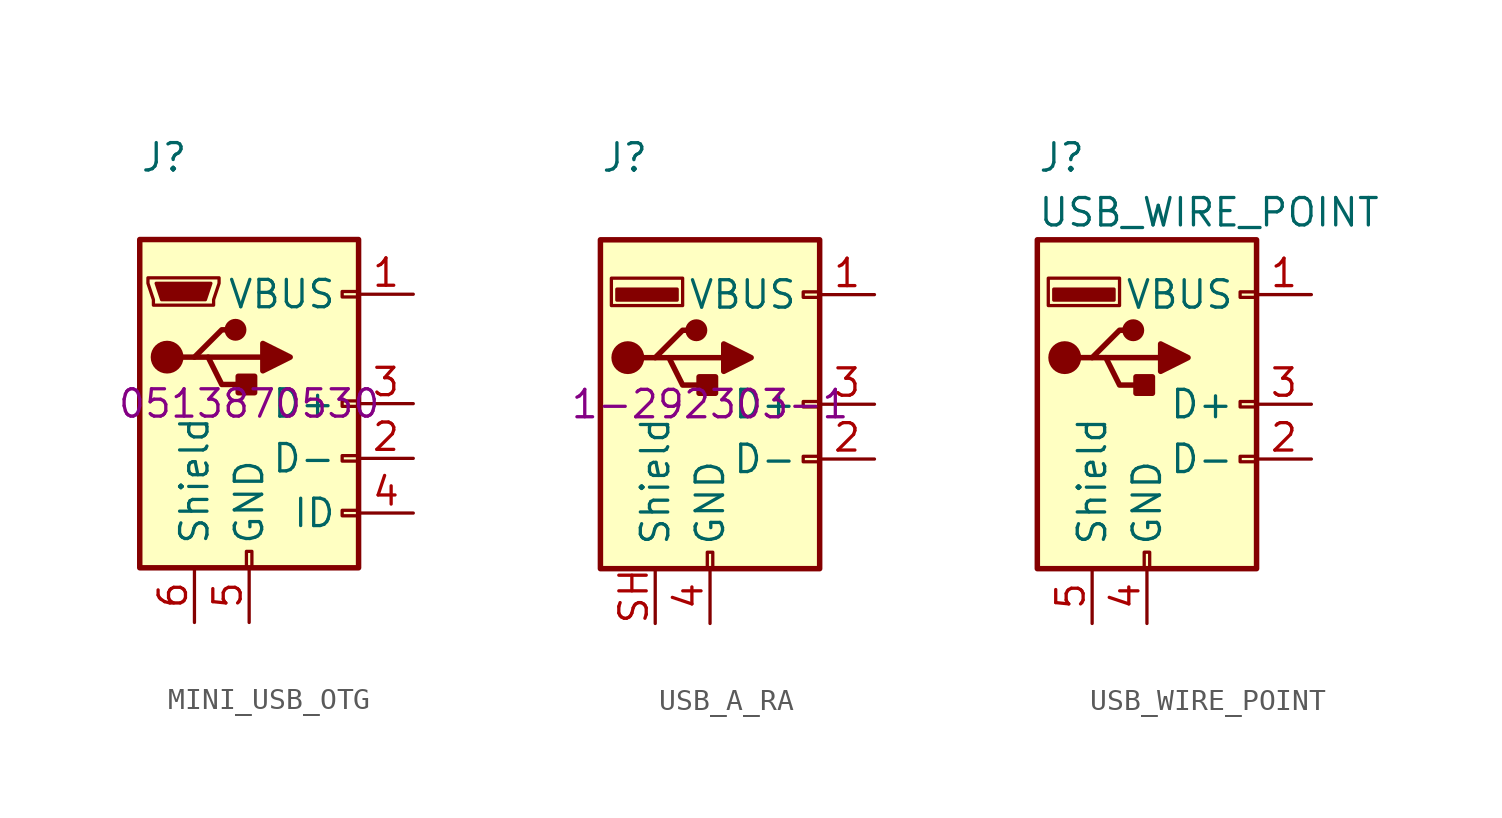
<source format=kicad_sym>
(kicad_symbol_lib
  (version 20220914)
  (generator kicad_symbol_editor)
  (symbol "MINI_USB_OTG"
    (pin_names
      (offset 1.016))
    (property "Reference" "J"
      (at -5.08 11.43 0)
      (effects (font (size 1.27 1.27)) (justify left)))
    (property "Manufacturer Part Number" "0513870530"
      (at 0 0 0)
      (effects (font (size 1.27 1.27))))
    (symbol "MINI_USB_OTG_0_1"
      (rectangle (start -5.08 -7.62) (end 5.08 7.62) (stroke (width 0.254) (type default)) (fill (type background)))
      (circle (center -3.81 2.159) (radius 0.635) (stroke (width 0.254) (type default)) (fill (type outline)))
      (circle (center -0.635 3.429) (radius 0.381) (stroke (width 0.254) (type default)) (fill (type outline)))
      (rectangle (start -0.127 -7.62) (end 0.127 -6.858) (stroke (width 0) (type default)) (fill (type none)))
      (polyline (pts (xy -1.905 2.159) (xy 0.635 2.159)) (stroke (width 0.254) (type default)) (fill (type none)))
      (polyline (pts (xy -3.175 2.159) (xy -2.54 2.159) (xy -1.27 3.429) (xy -0.635 3.429)) (stroke (width 0.254) (type default)) (fill (type none)))
      (polyline (pts (xy -2.54 2.159) (xy -1.905 2.159) (xy -1.27 0.889) (xy 0 0.889)) (stroke (width 0.254) (type default)) (fill (type none)))
      (polyline (pts (xy 0.635 2.794) (xy 0.635 1.524) (xy 1.905 2.159) (xy 0.635 2.794)) (stroke (width 0.254) (type default)) (fill (type outline)))
      (polyline (pts (xy -4.318 5.588) (xy -1.778 5.588) (xy -2.032 4.826) (xy -4.064 4.826) (xy -4.318 5.588)) (stroke (width 0) (type default)) (fill (type outline)))
      (polyline (pts (xy -4.699 5.842) (xy -4.699 5.588) (xy -4.445 4.826) (xy -4.445 4.572) (xy -1.651 4.572) (xy -1.651 4.826) (xy -1.397 5.588) (xy -1.397 5.842) (xy -4.699 5.842)) (stroke (width 0) (type default)) (fill (type none)))
      (rectangle (start 0.254 1.27) (end -0.508 0.508) (stroke (width 0.254) (type default)) (fill (type outline)))
      (rectangle (start 5.08 -5.207) (end 4.318 -4.953) (stroke (width 0) (type default)) (fill (type none)))
      (rectangle (start 5.08 -2.667) (end 4.318 -2.413) (stroke (width 0) (type default)) (fill (type none)))
      (rectangle (start 5.08 -0.127) (end 4.318 0.127) (stroke (width 0) (type default)) (fill (type none)))
      (rectangle (start 5.08 4.953) (end 4.318 5.207) (stroke (width 0) (type default)) (fill (type none))))
    (symbol "MINI_USB_OTG_1_1"
      (pin passive line (at 7.62 5.08 180) (length 2.54) (name "VBUS" (effects (font (size 1.27 1.27)))) (number "1" (effects (font (size 1.27 1.27)))))
      (pin bidirectional line (at 7.62 -2.54 180) (length 2.54) (name "D-" (effects (font (size 1.27 1.27)))) (number "2" (effects (font (size 1.27 1.27)))))
      (pin bidirectional line (at 7.62 0 180) (length 2.54) (name "D+" (effects (font (size 1.27 1.27)))) (number "3" (effects (font (size 1.27 1.27)))))
      (pin passive line (at 7.62 -5.08 180) (length 2.54) (name "ID" (effects (font (size 1.27 1.27)))) (number "4" (effects (font (size 1.27 1.27)))))
      (pin passive line (at 0 -10.16 90) (length 2.54) (name "GND" (effects (font (size 1.27 1.27)))) (number "5" (effects (font (size 1.27 1.27)))))
      (pin passive line (at -2.54 -10.16 90) (length 2.54) (name "Shield" (effects (font (size 1.27 1.27)))) (number "6" (effects (font (size 1.27 1.27)))))))
  (symbol "USB_A_RA"
    (pin_names
      (offset 1.016))
    (property "Reference" "J"
      (at -5.08 11.43 0)
      (effects (font (size 1.27 1.27)) (justify left)))
    (property "Manufacturer Part Number" "1-292303-1"
      (at 0 0 0)
      (effects (font (size 1.27 1.27))))
    (symbol "USB_A_RA_0_1"
      (rectangle (start -5.08 -7.62) (end 5.08 7.62) (stroke (width 0.254) (type default)) (fill (type background)))
      (circle (center -3.81 2.159) (radius 0.635) (stroke (width 0.254) (type default)) (fill (type outline)))
      (rectangle (start -1.524 4.826) (end -4.318 5.334) (stroke (width 0) (type default)) (fill (type outline)))
      (rectangle (start -1.27 4.572) (end -4.572 5.842) (stroke (width 0) (type default)) (fill (type none)))
      (circle (center -0.635 3.429) (radius 0.381) (stroke (width 0.254) (type default)) (fill (type outline)))
      (rectangle (start -0.127 -7.62) (end 0.127 -6.858) (stroke (width 0) (type default)) (fill (type none)))
      (polyline (pts (xy -3.175 2.159) (xy -2.54 2.159) (xy -1.27 3.429) (xy -0.635 3.429)) (stroke (width 0.254) (type default)) (fill (type none)))
      (polyline (pts (xy -2.54 2.159) (xy -1.905 2.159) (xy -1.27 0.889) (xy 0 0.889)) (stroke (width 0.254) (type default)) (fill (type none)))
      (polyline (pts (xy 0.635 2.794) (xy 0.635 1.524) (xy 1.905 2.159) (xy 0.635 2.794)) (stroke (width 0.254) (type default)) (fill (type outline)))
      (rectangle (start 0.254 1.27) (end -0.508 0.508) (stroke (width 0.254) (type default)) (fill (type outline)))
      (rectangle (start 5.08 -2.667) (end 4.318 -2.413) (stroke (width 0) (type default)) (fill (type none)))
      (rectangle (start 5.08 -0.127) (end 4.318 0.127) (stroke (width 0) (type default)) (fill (type none)))
      (rectangle (start 5.08 4.953) (end 4.318 5.207) (stroke (width 0) (type default)) (fill (type none))))
    (symbol "USB_A_RA_1_1"
      (polyline (pts (xy -1.905 2.159) (xy 0.635 2.159)) (stroke (width 0.254) (type default)) (fill (type none)))
      (pin power_in line (at 7.62 5.08 180) (length 2.54) (name "VBUS" (effects (font (size 1.27 1.27)))) (number "1" (effects (font (size 1.27 1.27)))))
      (pin bidirectional line (at 7.62 -2.54 180) (length 2.54) (name "D-" (effects (font (size 1.27 1.27)))) (number "2" (effects (font (size 1.27 1.27)))))
      (pin bidirectional line (at 7.62 0 180) (length 2.54) (name "D+" (effects (font (size 1.27 1.27)))) (number "3" (effects (font (size 1.27 1.27)))))
      (pin power_in line (at 0 -10.16 90) (length 2.54) (name "GND" (effects (font (size 1.27 1.27)))) (number "4" (effects (font (size 1.27 1.27)))))
      (pin passive line (at -2.54 -10.16 90) (length 2.54) (name "Shield" (effects (font (size 1.27 1.27)))) (number "SH" (effects (font (size 1.27 1.27)))))))
  (symbol "USB_WIRE_POINT"
    (pin_names
      (offset 1.016))
    (property "Reference" "J"
      (at -5.08 11.43 0)
      (effects (font (size 1.27 1.27)) (justify left)))
    (property "Value" "USB_WIRE_POINT"
      (at -5.08 8.89 0)
      (effects (font (size 1.27 1.27)) (justify left)))
    (symbol "USB_WIRE_POINT_0_1"
      (rectangle (start -5.08 -7.62) (end 5.08 7.62) (stroke (width 0.254) (type default)) (fill (type background)))
      (circle (center -3.81 2.159) (radius 0.635) (stroke (width 0.254) (type default)) (fill (type outline)))
      (rectangle (start -1.524 4.826) (end -4.318 5.334) (stroke (width 0) (type default)) (fill (type outline)))
      (rectangle (start -1.27 4.572) (end -4.572 5.842) (stroke (width 0) (type default)) (fill (type none)))
      (circle (center -0.635 3.429) (radius 0.381) (stroke (width 0.254) (type default)) (fill (type outline)))
      (rectangle (start -0.127 -7.62) (end 0.127 -6.858) (stroke (width 0) (type default)) (fill (type none)))
      (polyline (pts (xy -3.175 2.159) (xy -2.54 2.159) (xy -1.27 3.429) (xy -0.635 3.429)) (stroke (width 0.254) (type default)) (fill (type none)))
      (polyline (pts (xy -2.54 2.159) (xy -1.905 2.159) (xy -1.27 0.889) (xy 0 0.889)) (stroke (width 0.254) (type default)) (fill (type none)))
      (polyline (pts (xy 0.635 2.794) (xy 0.635 1.524) (xy 1.905 2.159) (xy 0.635 2.794)) (stroke (width 0.254) (type default)) (fill (type outline)))
      (rectangle (start 0.254 1.27) (end -0.508 0.508) (stroke (width 0.254) (type default)) (fill (type outline)))
      (rectangle (start 5.08 -2.667) (end 4.318 -2.413) (stroke (width 0) (type default)) (fill (type none)))
      (rectangle (start 5.08 -0.127) (end 4.318 0.127) (stroke (width 0) (type default)) (fill (type none)))
      (rectangle (start 5.08 4.953) (end 4.318 5.207) (stroke (width 0) (type default)) (fill (type none))))
    (symbol "USB_WIRE_POINT_1_1"
      (polyline (pts (xy -1.905 2.159) (xy 0.635 2.159)) (stroke (width 0.254) (type default)) (fill (type none)))
      (pin power_in line (at 7.62 5.08 180) (length 2.54) (name "VBUS" (effects (font (size 1.27 1.27)))) (number "1" (effects (font (size 1.27 1.27)))))
      (pin bidirectional line (at 7.62 -2.54 180) (length 2.54) (name "D-" (effects (font (size 1.27 1.27)))) (number "2" (effects (font (size 1.27 1.27)))))
      (pin bidirectional line (at 7.62 0 180) (length 2.54) (name "D+" (effects (font (size 1.27 1.27)))) (number "3" (effects (font (size 1.27 1.27)))))
      (pin power_in line (at 0 -10.16 90) (length 2.54) (name "GND" (effects (font (size 1.27 1.27)))) (number "4" (effects (font (size 1.27 1.27)))))
      (pin passive line (at -2.54 -10.16 90) (length 2.54) (name "Shield" (effects (font (size 1.27 1.27)))) (number "5" (effects (font (size 1.27 1.27))))))))
</source>
